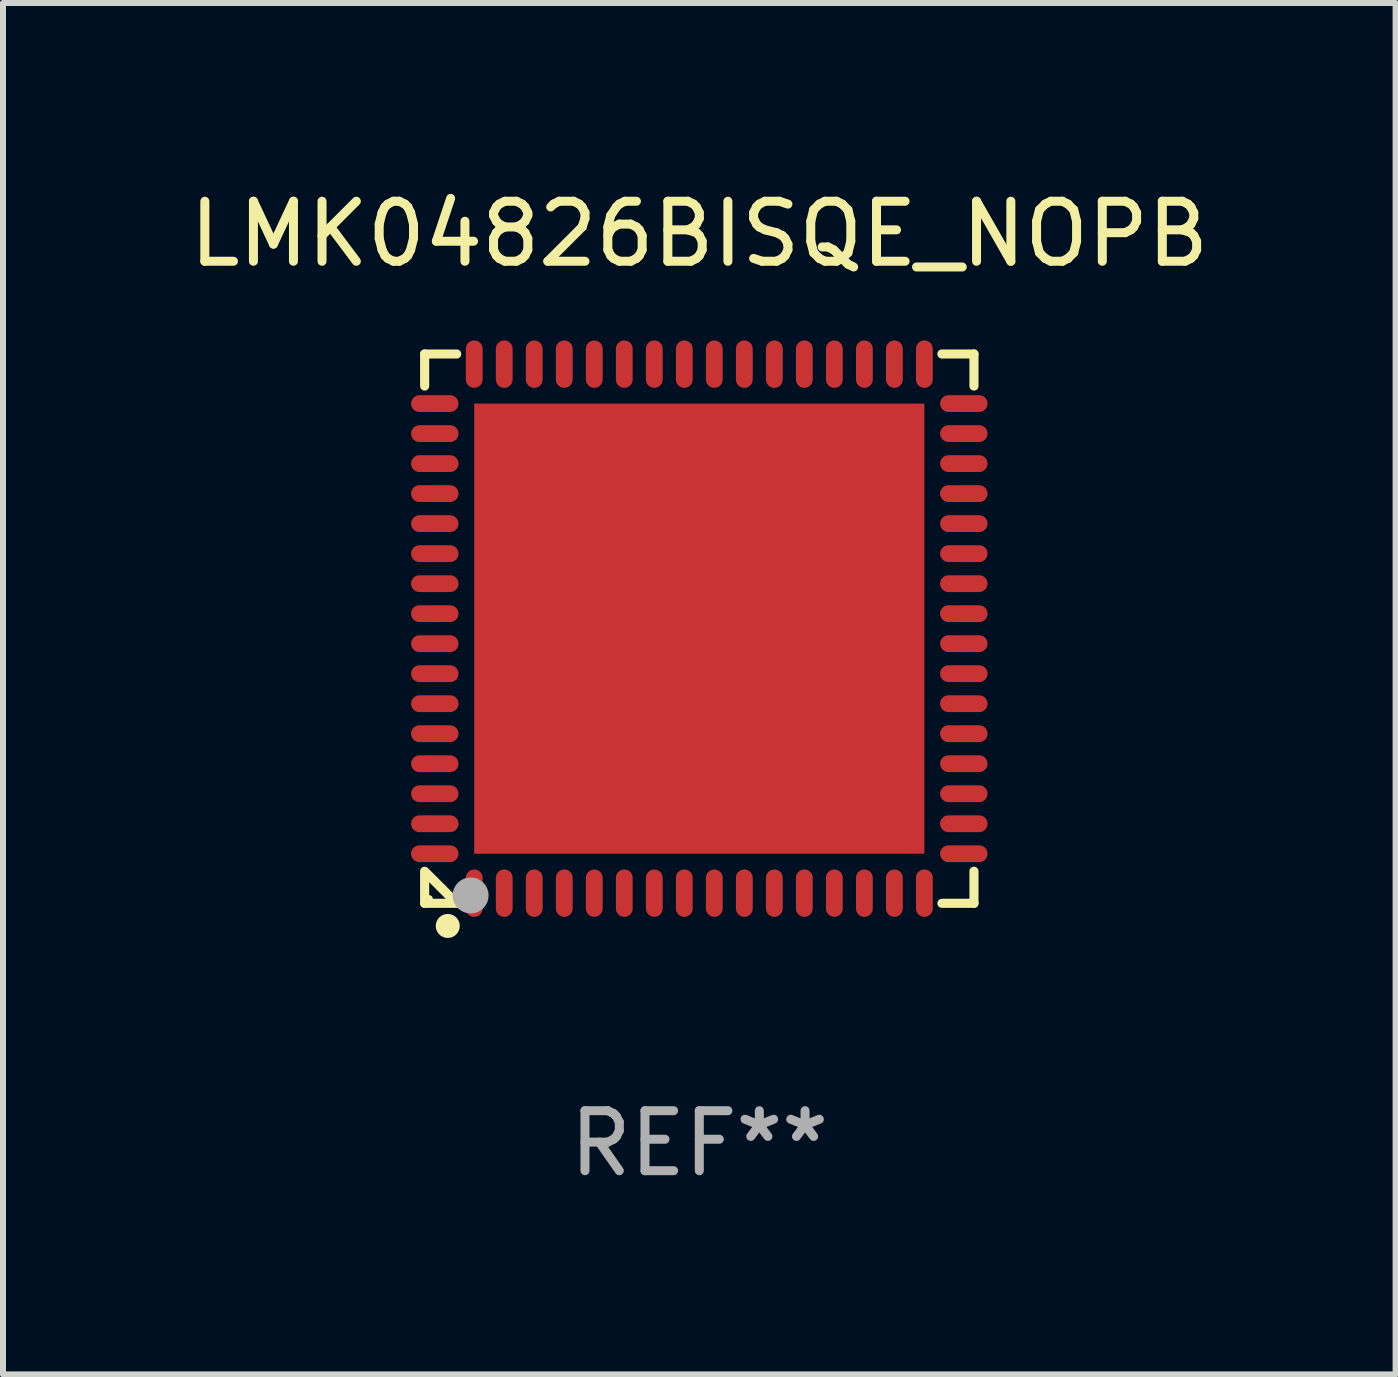
<source format=kicad_pcb>
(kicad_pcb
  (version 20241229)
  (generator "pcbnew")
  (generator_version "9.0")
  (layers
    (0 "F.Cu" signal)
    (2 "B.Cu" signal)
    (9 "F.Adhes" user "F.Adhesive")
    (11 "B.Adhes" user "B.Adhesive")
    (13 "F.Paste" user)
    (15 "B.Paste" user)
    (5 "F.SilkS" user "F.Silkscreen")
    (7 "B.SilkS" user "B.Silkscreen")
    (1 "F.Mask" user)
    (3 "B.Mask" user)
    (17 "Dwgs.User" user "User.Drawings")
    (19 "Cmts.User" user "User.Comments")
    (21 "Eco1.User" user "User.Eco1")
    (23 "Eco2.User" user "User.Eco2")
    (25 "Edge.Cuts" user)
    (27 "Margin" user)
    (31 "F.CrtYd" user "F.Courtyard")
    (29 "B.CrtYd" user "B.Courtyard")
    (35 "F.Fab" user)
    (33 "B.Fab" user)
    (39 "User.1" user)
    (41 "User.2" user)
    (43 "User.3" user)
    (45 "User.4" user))
  (footprint "LMK04826BISQE_NOPB"
    (layer "F.Cu")
    (at 8.601 7.424)
    (property "Reference" "LMK04826BISQE_NOPB" (at 0 -6.576 0) (layer "F.SilkS") (effects (font (size 1 1) (thickness 0.15))))
    (attr through_hole)
    (fp_line (start -4.576 -4.576) (end -4.576 -4.042) (stroke (width 0.152) (type solid)) (layer "F.SilkS"))
    (fp_line (start -4.576 4.576) (end -4.576 4.042) (stroke (width 0.152) (type solid)) (layer "F.SilkS"))
    (fp_line (start -4.069 4.549) (end -4.549 4.069) (stroke (width 0.152) (type solid)) (layer "F.SilkS"))
    (fp_line (start -4.042 -4.576) (end -4.576 -4.576) (stroke (width 0.152) (type solid)) (layer "F.SilkS"))
    (fp_line (start -4.042 4.576) (end -4.576 4.576) (stroke (width 0.152) (type solid)) (layer "F.SilkS"))
    (fp_line (start 4.042 -4.576) (end 4.576 -4.576) (stroke (width 0.152) (type solid)) (layer "F.SilkS"))
    (fp_line (start 4.042 4.576) (end 4.576 4.576) (stroke (width 0.152) (type solid)) (layer "F.SilkS"))
    (fp_line (start 4.576 -4.576) (end 4.576 -4.042) (stroke (width 0.152) (type solid)) (layer "F.SilkS"))
    (fp_line (start 4.576 4.576) (end 4.576 4.042) (stroke (width 0.152) (type solid)) (layer "F.SilkS"))
    (fp_circle (center -4.5 4.5) (end -4.47 4.5) (stroke (width 0.06) (type solid)) (fill no) (layer "F.SilkS"))
    (fp_circle (center -4.191 4.953) (end -4.091 4.953) (stroke (width 0.2) (type solid)) (fill no) (layer "F.SilkS"))
    (fp_circle (center -3.81 4.445) (end -3.66 4.445) (stroke (width 0.3) (type solid)) (fill no) (layer "F.Fab"))
    (fp_text user "REF**" (at 0 8.576 0) (layer "F.Fab") (effects (font (size 1 1) (thickness 0.15))))
    (pad "1" smd oval (at -3.75 4.407) (size 0.28 0.79) (layers "F.Cu" "F.Mask" "F.Paste"))
    (pad "2" smd oval (at -3.25 4.407) (size 0.28 0.79) (layers "F.Cu" "F.Mask" "F.Paste"))
    (pad "3" smd oval (at -2.75 4.407) (size 0.28 0.79) (layers "F.Cu" "F.Mask" "F.Paste"))
    (pad "4" smd oval (at -2.25 4.407) (size 0.28 0.79) (layers "F.Cu" "F.Mask" "F.Paste"))
    (pad "5" smd oval (at -1.75 4.407) (size 0.28 0.79) (layers "F.Cu" "F.Mask" "F.Paste"))
    (pad "6" smd oval (at -1.25 4.407) (size 0.28 0.79) (layers "F.Cu" "F.Mask" "F.Paste"))
    (pad "7" smd oval (at -0.75 4.407) (size 0.28 0.79) (layers "F.Cu" "F.Mask" "F.Paste"))
    (pad "8" smd oval (at -0.25 4.407) (size 0.28 0.79) (layers "F.Cu" "F.Mask" "F.Paste"))
    (pad "9" smd oval (at 0.25 4.407) (size 0.28 0.79) (layers "F.Cu" "F.Mask" "F.Paste"))
    (pad "10" smd oval (at 0.75 4.407) (size 0.28 0.79) (layers "F.Cu" "F.Mask" "F.Paste"))
    (pad "11" smd oval (at 1.25 4.407) (size 0.28 0.79) (layers "F.Cu" "F.Mask" "F.Paste"))
    (pad "12" smd oval (at 1.75 4.407) (size 0.28 0.79) (layers "F.Cu" "F.Mask" "F.Paste"))
    (pad "13" smd oval (at 2.25 4.407) (size 0.28 0.79) (layers "F.Cu" "F.Mask" "F.Paste"))
    (pad "14" smd oval (at 2.75 4.407) (size 0.28 0.79) (layers "F.Cu" "F.Mask" "F.Paste"))
    (pad "15" smd oval (at 3.25 4.407) (size 0.28 0.79) (layers "F.Cu" "F.Mask" "F.Paste"))
    (pad "16" smd oval (at 3.75 4.407) (size 0.28 0.79) (layers "F.Cu" "F.Mask" "F.Paste"))
    (pad "17" smd oval (at 4.407 3.75) (size 0.79 0.28) (layers "F.Cu" "F.Mask" "F.Paste"))
    (pad "18" smd oval (at 4.407 3.25) (size 0.79 0.28) (layers "F.Cu" "F.Mask" "F.Paste"))
    (pad "19" smd oval (at 4.407 2.75) (size 0.79 0.28) (layers "F.Cu" "F.Mask" "F.Paste"))
    (pad "20" smd oval (at 4.407 2.25) (size 0.79 0.28) (layers "F.Cu" "F.Mask" "F.Paste"))
    (pad "21" smd oval (at 4.407 1.75) (size 0.79 0.28) (layers "F.Cu" "F.Mask" "F.Paste"))
    (pad "22" smd oval (at 4.407 1.25) (size 0.79 0.28) (layers "F.Cu" "F.Mask" "F.Paste"))
    (pad "23" smd oval (at 4.407 0.75) (size 0.79 0.28) (layers "F.Cu" "F.Mask" "F.Paste"))
    (pad "24" smd oval (at 4.407 0.25) (size 0.79 0.28) (layers "F.Cu" "F.Mask" "F.Paste"))
    (pad "25" smd oval (at 4.407 -0.25) (size 0.79 0.28) (layers "F.Cu" "F.Mask" "F.Paste"))
    (pad "26" smd oval (at 4.407 -0.75) (size 0.79 0.28) (layers "F.Cu" "F.Mask" "F.Paste"))
    (pad "27" smd oval (at 4.407 -1.25) (size 0.79 0.28) (layers "F.Cu" "F.Mask" "F.Paste"))
    (pad "28" smd oval (at 4.407 -1.75) (size 0.79 0.28) (layers "F.Cu" "F.Mask" "F.Paste"))
    (pad "29" smd oval (at 4.407 -2.25) (size 0.79 0.28) (layers "F.Cu" "F.Mask" "F.Paste"))
    (pad "30" smd oval (at 4.407 -2.75) (size 0.79 0.28) (layers "F.Cu" "F.Mask" "F.Paste"))
    (pad "31" smd oval (at 4.407 -3.25) (size 0.79 0.28) (layers "F.Cu" "F.Mask" "F.Paste"))
    (pad "32" smd oval (at 4.407 -3.75) (size 0.79 0.28) (layers "F.Cu" "F.Mask" "F.Paste"))
    (pad "33" smd oval (at 3.75 -4.407) (size 0.28 0.79) (layers "F.Cu" "F.Mask" "F.Paste"))
    (pad "34" smd oval (at 3.25 -4.407) (size 0.28 0.79) (layers "F.Cu" "F.Mask" "F.Paste"))
    (pad "35" smd oval (at 2.75 -4.407) (size 0.28 0.79) (layers "F.Cu" "F.Mask" "F.Paste"))
    (pad "36" smd oval (at 2.25 -4.407) (size 0.28 0.79) (layers "F.Cu" "F.Mask" "F.Paste"))
    (pad "37" smd oval (at 1.75 -4.407) (size 0.28 0.79) (layers "F.Cu" "F.Mask" "F.Paste"))
    (pad "38" smd oval (at 1.25 -4.407) (size 0.28 0.79) (layers "F.Cu" "F.Mask" "F.Paste"))
    (pad "39" smd oval (at 0.75 -4.407) (size 0.28 0.79) (layers "F.Cu" "F.Mask" "F.Paste"))
    (pad "40" smd oval (at 0.25 -4.407) (size 0.28 0.79) (layers "F.Cu" "F.Mask" "F.Paste"))
    (pad "41" smd oval (at -0.25 -4.407) (size 0.28 0.79) (layers "F.Cu" "F.Mask" "F.Paste"))
    (pad "42" smd oval (at -0.75 -4.407) (size 0.28 0.79) (layers "F.Cu" "F.Mask" "F.Paste"))
    (pad "43" smd oval (at -1.25 -4.407) (size 0.28 0.79) (layers "F.Cu" "F.Mask" "F.Paste"))
    (pad "44" smd oval (at -1.75 -4.407) (size 0.28 0.79) (layers "F.Cu" "F.Mask" "F.Paste"))
    (pad "45" smd oval (at -2.25 -4.407) (size 0.28 0.79) (layers "F.Cu" "F.Mask" "F.Paste"))
    (pad "46" smd oval (at -2.75 -4.407) (size 0.28 0.79) (layers "F.Cu" "F.Mask" "F.Paste"))
    (pad "47" smd oval (at -3.25 -4.407) (size 0.28 0.79) (layers "F.Cu" "F.Mask" "F.Paste"))
    (pad "48" smd oval (at -3.75 -4.407) (size 0.28 0.79) (layers "F.Cu" "F.Mask" "F.Paste"))
    (pad "49" smd oval (at -4.407 -3.75) (size 0.79 0.28) (layers "F.Cu" "F.Mask" "F.Paste"))
    (pad "50" smd oval (at -4.407 -3.25) (size 0.79 0.28) (layers "F.Cu" "F.Mask" "F.Paste"))
    (pad "51" smd oval (at -4.407 -2.75) (size 0.79 0.28) (layers "F.Cu" "F.Mask" "F.Paste"))
    (pad "52" smd oval (at -4.407 -2.25) (size 0.79 0.28) (layers "F.Cu" "F.Mask" "F.Paste"))
    (pad "53" smd oval (at -4.407 -1.75) (size 0.79 0.28) (layers "F.Cu" "F.Mask" "F.Paste"))
    (pad "54" smd oval (at -4.407 -1.25) (size 0.79 0.28) (layers "F.Cu" "F.Mask" "F.Paste"))
    (pad "55" smd oval (at -4.407 -0.75) (size 0.79 0.28) (layers "F.Cu" "F.Mask" "F.Paste"))
    (pad "56" smd oval (at -4.407 -0.25) (size 0.79 0.28) (layers "F.Cu" "F.Mask" "F.Paste"))
    (pad "57" smd oval (at -4.407 0.25) (size 0.79 0.28) (layers "F.Cu" "F.Mask" "F.Paste"))
    (pad "58" smd oval (at -4.407 0.75) (size 0.79 0.28) (layers "F.Cu" "F.Mask" "F.Paste"))
    (pad "59" smd oval (at -4.407 1.25) (size 0.79 0.28) (layers "F.Cu" "F.Mask" "F.Paste"))
    (pad "60" smd oval (at -4.407 1.75) (size 0.79 0.28) (layers "F.Cu" "F.Mask" "F.Paste"))
    (pad "61" smd oval (at -4.407 2.25) (size 0.79 0.28) (layers "F.Cu" "F.Mask" "F.Paste"))
    (pad "62" smd oval (at -4.407 2.75) (size 0.79 0.28) (layers "F.Cu" "F.Mask" "F.Paste"))
    (pad "63" smd oval (at -4.407 3.25) (size 0.79 0.28) (layers "F.Cu" "F.Mask" "F.Paste"))
    (pad "64" smd oval (at -4.407 3.75) (size 0.79 0.28) (layers "F.Cu" "F.Mask" "F.Paste"))
    (pad "65" smd rect (at 0 0) (size 7.5 7.5) (layers "F.Cu" "F.Mask" "F.Paste")))
  (gr_rect
    (start -3 -3)
    (end 20.202 19.849)
    (stroke (width 0.1) (type default))
    (fill no)
    (layer "Edge.Cuts")))
</source>
